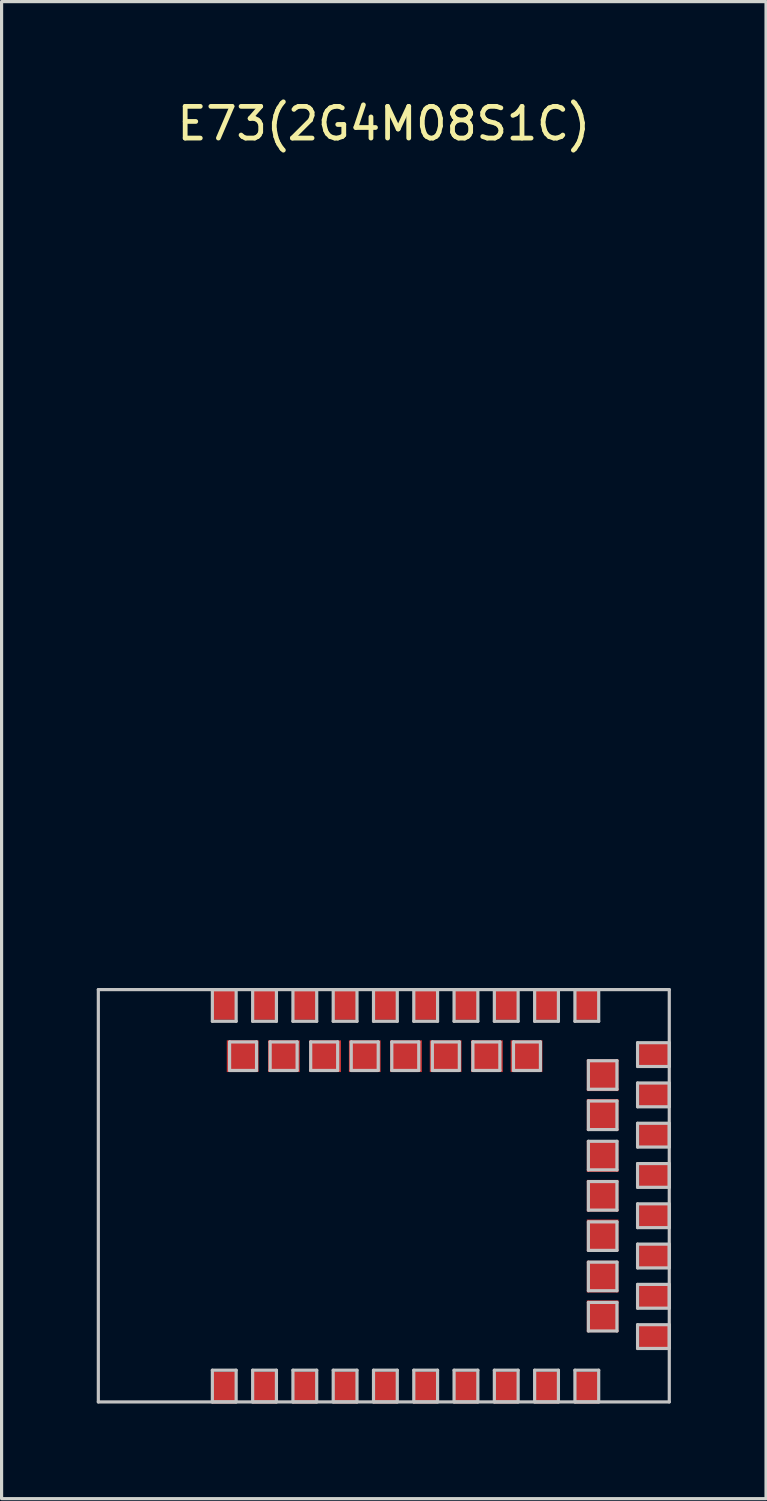
<source format=kicad_pcb>
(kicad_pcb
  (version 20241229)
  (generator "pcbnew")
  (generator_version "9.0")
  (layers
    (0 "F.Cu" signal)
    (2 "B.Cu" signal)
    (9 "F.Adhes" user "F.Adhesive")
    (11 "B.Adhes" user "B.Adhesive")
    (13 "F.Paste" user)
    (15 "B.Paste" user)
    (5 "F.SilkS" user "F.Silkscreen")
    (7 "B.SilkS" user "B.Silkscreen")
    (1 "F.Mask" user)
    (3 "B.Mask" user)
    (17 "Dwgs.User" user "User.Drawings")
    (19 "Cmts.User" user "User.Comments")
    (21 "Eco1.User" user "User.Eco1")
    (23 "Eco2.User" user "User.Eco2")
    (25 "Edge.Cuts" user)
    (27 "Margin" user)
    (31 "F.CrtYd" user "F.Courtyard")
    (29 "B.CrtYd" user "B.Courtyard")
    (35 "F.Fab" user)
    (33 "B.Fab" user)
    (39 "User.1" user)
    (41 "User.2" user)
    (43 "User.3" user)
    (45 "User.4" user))
  (footprint "E73(2G4M08S1C)"
    (layer "F.Cu")
    (at 9.75 34.648)
    (property "Reference" "E73(2G4M08S1C)" (at -0.7 -33.8 0) (layer "F.SilkS") (effects (font (size 1 1) (thickness 0.15))))
    (attr through_hole)
    (fp_line (start -9.7 -6.5) (end 8.3 -6.5) (stroke (width 0.1) (type solid)) (layer "Dwgs.User"))
    (fp_line (start -9.7 6.5) (end -9.7 -6.5) (stroke (width 0.1) (type solid)) (layer "Dwgs.User"))
    (fp_line (start -6.105 -6.5) (end -5.355 -6.5) (stroke (width 0.1) (type solid)) (layer "Dwgs.User"))
    (fp_line (start -6.105 -5.5) (end -6.105 -6.5) (stroke (width 0.1) (type solid)) (layer "Dwgs.User"))
    (fp_line (start -6.105 5.5) (end -5.355 5.5) (stroke (width 0.1) (type solid)) (layer "Dwgs.User"))
    (fp_line (start -6.105 6.5) (end -6.105 5.5) (stroke (width 0.1) (type solid)) (layer "Dwgs.User"))
    (fp_line (start -5.562 -4.85) (end -5.562 -3.95) (stroke (width 0.1) (type solid)) (layer "Dwgs.User"))
    (fp_line (start -5.562 -3.95) (end -4.712 -3.95) (stroke (width 0.1) (type solid)) (layer "Dwgs.User"))
    (fp_line (start -5.355 -6.5) (end -5.355 -5.5) (stroke (width 0.1) (type solid)) (layer "Dwgs.User"))
    (fp_line (start -5.355 -5.5) (end -6.105 -5.5) (stroke (width 0.1) (type solid)) (layer "Dwgs.User"))
    (fp_line (start -5.355 5.5) (end -5.355 6.5) (stroke (width 0.1) (type solid)) (layer "Dwgs.User"))
    (fp_line (start -5.355 6.5) (end -6.105 6.5) (stroke (width 0.1) (type solid)) (layer "Dwgs.User"))
    (fp_line (start -4.835 -6.5) (end -4.085 -6.5) (stroke (width 0.1) (type solid)) (layer "Dwgs.User"))
    (fp_line (start -4.835 -5.5) (end -4.835 -6.5) (stroke (width 0.1) (type solid)) (layer "Dwgs.User"))
    (fp_line (start -4.835 5.5) (end -4.835 6.5) (stroke (width 0.1) (type solid)) (layer "Dwgs.User"))
    (fp_line (start -4.835 6.5) (end -4.085 6.5) (stroke (width 0.1) (type solid)) (layer "Dwgs.User"))
    (fp_line (start -4.712 -4.85) (end -5.562 -4.85) (stroke (width 0.1) (type solid)) (layer "Dwgs.User"))
    (fp_line (start -4.712 -3.95) (end -4.712 -4.85) (stroke (width 0.1) (type solid)) (layer "Dwgs.User"))
    (fp_line (start -4.283 -4.85) (end -3.433 -4.85) (stroke (width 0.1) (type solid)) (layer "Dwgs.User"))
    (fp_line (start -4.283 -3.95) (end -4.283 -4.85) (stroke (width 0.1) (type solid)) (layer "Dwgs.User"))
    (fp_line (start -4.085 -6.5) (end -4.085 -5.5) (stroke (width 0.1) (type solid)) (layer "Dwgs.User"))
    (fp_line (start -4.085 -5.5) (end -4.835 -5.5) (stroke (width 0.1) (type solid)) (layer "Dwgs.User"))
    (fp_line (start -4.085 5.5) (end -4.835 5.5) (stroke (width 0.1) (type solid)) (layer "Dwgs.User"))
    (fp_line (start -4.085 6.5) (end -4.085 5.5) (stroke (width 0.1) (type solid)) (layer "Dwgs.User"))
    (fp_line (start -3.565 -6.5) (end -2.815 -6.5) (stroke (width 0.1) (type solid)) (layer "Dwgs.User"))
    (fp_line (start -3.565 -5.5) (end -3.565 -6.5) (stroke (width 0.1) (type solid)) (layer "Dwgs.User"))
    (fp_line (start -3.565 5.5) (end -3.565 6.5) (stroke (width 0.1) (type solid)) (layer "Dwgs.User"))
    (fp_line (start -3.565 6.5) (end -2.815 6.5) (stroke (width 0.1) (type solid)) (layer "Dwgs.User"))
    (fp_line (start -3.433 -4.85) (end -3.433 -3.95) (stroke (width 0.1) (type solid)) (layer "Dwgs.User"))
    (fp_line (start -3.433 -3.95) (end -4.283 -3.95) (stroke (width 0.1) (type solid)) (layer "Dwgs.User"))
    (fp_line (start -3.005 -4.85) (end -2.155 -4.85) (stroke (width 0.1) (type solid)) (layer "Dwgs.User"))
    (fp_line (start -3.005 -3.95) (end -3.005 -4.85) (stroke (width 0.1) (type solid)) (layer "Dwgs.User"))
    (fp_line (start -2.815 -6.5) (end -2.815 -5.5) (stroke (width 0.1) (type solid)) (layer "Dwgs.User"))
    (fp_line (start -2.815 -5.5) (end -3.565 -5.5) (stroke (width 0.1) (type solid)) (layer "Dwgs.User"))
    (fp_line (start -2.815 5.5) (end -3.565 5.5) (stroke (width 0.1) (type solid)) (layer "Dwgs.User"))
    (fp_line (start -2.815 6.5) (end -2.815 5.5) (stroke (width 0.1) (type solid)) (layer "Dwgs.User"))
    (fp_line (start -2.295 -6.5) (end -1.545 -6.5) (stroke (width 0.1) (type solid)) (layer "Dwgs.User"))
    (fp_line (start -2.295 -5.5) (end -2.295 -6.5) (stroke (width 0.1) (type solid)) (layer "Dwgs.User"))
    (fp_line (start -2.295 5.5) (end -2.295 6.5) (stroke (width 0.1) (type solid)) (layer "Dwgs.User"))
    (fp_line (start -2.295 6.5) (end -1.545 6.5) (stroke (width 0.1) (type solid)) (layer "Dwgs.User"))
    (fp_line (start -2.155 -4.85) (end -2.155 -3.95) (stroke (width 0.1) (type solid)) (layer "Dwgs.User"))
    (fp_line (start -2.155 -3.95) (end -3.005 -3.95) (stroke (width 0.1) (type solid)) (layer "Dwgs.User"))
    (fp_line (start -1.726 -4.85) (end -0.876 -4.85) (stroke (width 0.1) (type solid)) (layer "Dwgs.User"))
    (fp_line (start -1.726 -3.95) (end -1.726 -4.85) (stroke (width 0.1) (type solid)) (layer "Dwgs.User"))
    (fp_line (start -1.545 -6.5) (end -1.545 -5.5) (stroke (width 0.1) (type solid)) (layer "Dwgs.User"))
    (fp_line (start -1.545 -5.5) (end -2.295 -5.5) (stroke (width 0.1) (type solid)) (layer "Dwgs.User"))
    (fp_line (start -1.545 5.5) (end -2.295 5.5) (stroke (width 0.1) (type solid)) (layer "Dwgs.User"))
    (fp_line (start -1.545 6.5) (end -1.545 5.5) (stroke (width 0.1) (type solid)) (layer "Dwgs.User"))
    (fp_line (start -1.025 -6.5) (end -0.275 -6.5) (stroke (width 0.1) (type solid)) (layer "Dwgs.User"))
    (fp_line (start -1.025 -5.5) (end -1.025 -6.5) (stroke (width 0.1) (type solid)) (layer "Dwgs.User"))
    (fp_line (start -1.025 5.5) (end -1.025 6.5) (stroke (width 0.1) (type solid)) (layer "Dwgs.User"))
    (fp_line (start -1.025 6.5) (end -0.275 6.5) (stroke (width 0.1) (type solid)) (layer "Dwgs.User"))
    (fp_line (start -0.876 -4.85) (end -0.876 -3.95) (stroke (width 0.1) (type solid)) (layer "Dwgs.User"))
    (fp_line (start -0.876 -3.95) (end -1.726 -3.95) (stroke (width 0.1) (type solid)) (layer "Dwgs.User"))
    (fp_line (start -0.448 -4.85) (end 0.402 -4.85) (stroke (width 0.1) (type solid)) (layer "Dwgs.User"))
    (fp_line (start -0.448 -3.95) (end -0.448 -4.85) (stroke (width 0.1) (type solid)) (layer "Dwgs.User"))
    (fp_line (start -0.275 -6.5) (end -0.275 -5.5) (stroke (width 0.1) (type solid)) (layer "Dwgs.User"))
    (fp_line (start -0.275 -5.5) (end -1.025 -5.5) (stroke (width 0.1) (type solid)) (layer "Dwgs.User"))
    (fp_line (start -0.275 5.5) (end -1.025 5.5) (stroke (width 0.1) (type solid)) (layer "Dwgs.User"))
    (fp_line (start -0.275 6.5) (end -0.275 5.5) (stroke (width 0.1) (type solid)) (layer "Dwgs.User"))
    (fp_line (start 0.245 -6.5) (end 0.995 -6.5) (stroke (width 0.1) (type solid)) (layer "Dwgs.User"))
    (fp_line (start 0.245 -5.5) (end 0.245 -6.5) (stroke (width 0.1) (type solid)) (layer "Dwgs.User"))
    (fp_line (start 0.245 5.5) (end 0.245 6.5) (stroke (width 0.1) (type solid)) (layer "Dwgs.User"))
    (fp_line (start 0.245 6.5) (end 0.995 6.5) (stroke (width 0.1) (type solid)) (layer "Dwgs.User"))
    (fp_line (start 0.402 -4.85) (end 0.402 -3.95) (stroke (width 0.1) (type solid)) (layer "Dwgs.User"))
    (fp_line (start 0.402 -3.95) (end -0.448 -3.95) (stroke (width 0.1) (type solid)) (layer "Dwgs.User"))
    (fp_line (start 0.831 -4.85) (end 1.681 -4.85) (stroke (width 0.1) (type solid)) (layer "Dwgs.User"))
    (fp_line (start 0.831 -3.95) (end 0.831 -4.85) (stroke (width 0.1) (type solid)) (layer "Dwgs.User"))
    (fp_line (start 0.995 -6.5) (end 0.995 -5.5) (stroke (width 0.1) (type solid)) (layer "Dwgs.User"))
    (fp_line (start 0.995 -5.5) (end 0.245 -5.5) (stroke (width 0.1) (type solid)) (layer "Dwgs.User"))
    (fp_line (start 0.995 5.5) (end 0.245 5.5) (stroke (width 0.1) (type solid)) (layer "Dwgs.User"))
    (fp_line (start 0.995 6.5) (end 0.995 5.5) (stroke (width 0.1) (type solid)) (layer "Dwgs.User"))
    (fp_line (start 1.515 -6.5) (end 2.265 -6.5) (stroke (width 0.1) (type solid)) (layer "Dwgs.User"))
    (fp_line (start 1.515 -5.5) (end 1.515 -6.5) (stroke (width 0.1) (type solid)) (layer "Dwgs.User"))
    (fp_line (start 1.515 5.5) (end 1.515 6.5) (stroke (width 0.1) (type solid)) (layer "Dwgs.User"))
    (fp_line (start 1.515 6.5) (end 2.265 6.5) (stroke (width 0.1) (type solid)) (layer "Dwgs.User"))
    (fp_line (start 1.681 -4.85) (end 1.681 -3.95) (stroke (width 0.1) (type solid)) (layer "Dwgs.User"))
    (fp_line (start 1.681 -3.95) (end 0.831 -3.95) (stroke (width 0.1) (type solid)) (layer "Dwgs.User"))
    (fp_line (start 2.109 -4.85) (end 2.959 -4.85) (stroke (width 0.1) (type solid)) (layer "Dwgs.User"))
    (fp_line (start 2.109 -3.95) (end 2.109 -4.85) (stroke (width 0.1) (type solid)) (layer "Dwgs.User"))
    (fp_line (start 2.265 -6.5) (end 2.265 -5.5) (stroke (width 0.1) (type solid)) (layer "Dwgs.User"))
    (fp_line (start 2.265 -5.5) (end 1.515 -5.5) (stroke (width 0.1) (type solid)) (layer "Dwgs.User"))
    (fp_line (start 2.265 5.5) (end 1.515 5.5) (stroke (width 0.1) (type solid)) (layer "Dwgs.User"))
    (fp_line (start 2.265 6.5) (end 2.265 5.5) (stroke (width 0.1) (type solid)) (layer "Dwgs.User"))
    (fp_line (start 2.785 -6.5) (end 3.535 -6.5) (stroke (width 0.1) (type solid)) (layer "Dwgs.User"))
    (fp_line (start 2.785 -5.5) (end 2.785 -6.5) (stroke (width 0.1) (type solid)) (layer "Dwgs.User"))
    (fp_line (start 2.785 5.5) (end 2.785 6.5) (stroke (width 0.1) (type solid)) (layer "Dwgs.User"))
    (fp_line (start 2.785 6.5) (end 3.535 6.5) (stroke (width 0.1) (type solid)) (layer "Dwgs.User"))
    (fp_line (start 2.959 -4.85) (end 2.959 -3.95) (stroke (width 0.1) (type solid)) (layer "Dwgs.User"))
    (fp_line (start 2.959 -3.95) (end 2.109 -3.95) (stroke (width 0.1) (type solid)) (layer "Dwgs.User"))
    (fp_line (start 3.388 -4.85) (end 4.238 -4.85) (stroke (width 0.1) (type solid)) (layer "Dwgs.User"))
    (fp_line (start 3.388 -3.95) (end 3.388 -4.85) (stroke (width 0.1) (type solid)) (layer "Dwgs.User"))
    (fp_line (start 3.535 -6.5) (end 3.535 -5.5) (stroke (width 0.1) (type solid)) (layer "Dwgs.User"))
    (fp_line (start 3.535 -5.5) (end 2.785 -5.5) (stroke (width 0.1) (type solid)) (layer "Dwgs.User"))
    (fp_line (start 3.535 5.5) (end 2.785 5.5) (stroke (width 0.1) (type solid)) (layer "Dwgs.User"))
    (fp_line (start 3.535 6.5) (end 3.535 5.5) (stroke (width 0.1) (type solid)) (layer "Dwgs.User"))
    (fp_line (start 4.055 -6.5) (end 4.805 -6.5) (stroke (width 0.1) (type solid)) (layer "Dwgs.User"))
    (fp_line (start 4.055 -5.5) (end 4.055 -6.5) (stroke (width 0.1) (type solid)) (layer "Dwgs.User"))
    (fp_line (start 4.055 5.5) (end 4.055 6.5) (stroke (width 0.1) (type solid)) (layer "Dwgs.User"))
    (fp_line (start 4.055 6.5) (end 4.805 6.5) (stroke (width 0.1) (type solid)) (layer "Dwgs.User"))
    (fp_line (start 4.238 -4.85) (end 4.238 -3.95) (stroke (width 0.1) (type solid)) (layer "Dwgs.User"))
    (fp_line (start 4.238 -3.95) (end 3.388 -3.95) (stroke (width 0.1) (type solid)) (layer "Dwgs.User"))
    (fp_line (start 4.805 -6.5) (end 4.805 -5.5) (stroke (width 0.1) (type solid)) (layer "Dwgs.User"))
    (fp_line (start 4.805 -5.5) (end 4.055 -5.5) (stroke (width 0.1) (type solid)) (layer "Dwgs.User"))
    (fp_line (start 4.805 5.5) (end 4.055 5.5) (stroke (width 0.1) (type solid)) (layer "Dwgs.User"))
    (fp_line (start 4.805 6.5) (end 4.805 5.5) (stroke (width 0.1) (type solid)) (layer "Dwgs.User"))
    (fp_line (start 5.325 -6.5) (end 6.075 -6.5) (stroke (width 0.1) (type solid)) (layer "Dwgs.User"))
    (fp_line (start 5.325 -5.5) (end 5.325 -6.5) (stroke (width 0.1) (type solid)) (layer "Dwgs.User"))
    (fp_line (start 5.325 5.5) (end 5.325 6.5) (stroke (width 0.1) (type solid)) (layer "Dwgs.User"))
    (fp_line (start 5.325 6.5) (end 6.075 6.5) (stroke (width 0.1) (type solid)) (layer "Dwgs.User"))
    (fp_line (start 5.75 -4.257) (end 5.75 -3.357) (stroke (width 0.1) (type solid)) (layer "Dwgs.User"))
    (fp_line (start 5.75 -3.357) (end 6.65 -3.357) (stroke (width 0.1) (type solid)) (layer "Dwgs.User"))
    (fp_line (start 5.75 -2.987) (end 5.75 -2.087) (stroke (width 0.1) (type solid)) (layer "Dwgs.User"))
    (fp_line (start 5.75 -2.087) (end 6.65 -2.087) (stroke (width 0.1) (type solid)) (layer "Dwgs.User"))
    (fp_line (start 5.75 -1.717) (end 5.75 -0.817) (stroke (width 0.1) (type solid)) (layer "Dwgs.User"))
    (fp_line (start 5.75 -0.817) (end 6.65 -0.817) (stroke (width 0.1) (type solid)) (layer "Dwgs.User"))
    (fp_line (start 5.75 -0.447) (end 5.75 0.453) (stroke (width 0.1) (type solid)) (layer "Dwgs.User"))
    (fp_line (start 5.75 0.453) (end 6.65 0.453) (stroke (width 0.1) (type solid)) (layer "Dwgs.User"))
    (fp_line (start 5.75 0.823) (end 5.75 1.723) (stroke (width 0.1) (type solid)) (layer "Dwgs.User"))
    (fp_line (start 5.75 1.723) (end 6.65 1.723) (stroke (width 0.1) (type solid)) (layer "Dwgs.User"))
    (fp_line (start 5.75 2.093) (end 5.75 2.993) (stroke (width 0.1) (type solid)) (layer "Dwgs.User"))
    (fp_line (start 5.75 2.993) (end 6.65 2.993) (stroke (width 0.1) (type solid)) (layer "Dwgs.User"))
    (fp_line (start 5.75 3.363) (end 6.65 3.363) (stroke (width 0.1) (type solid)) (layer "Dwgs.User"))
    (fp_line (start 5.75 4.263) (end 5.75 3.363) (stroke (width 0.1) (type solid)) (layer "Dwgs.User"))
    (fp_line (start 6.075 -6.5) (end 6.075 -5.5) (stroke (width 0.1) (type solid)) (layer "Dwgs.User"))
    (fp_line (start 6.075 -5.5) (end 5.325 -5.5) (stroke (width 0.1) (type solid)) (layer "Dwgs.User"))
    (fp_line (start 6.075 5.5) (end 5.325 5.5) (stroke (width 0.1) (type solid)) (layer "Dwgs.User"))
    (fp_line (start 6.075 6.5) (end 6.075 5.5) (stroke (width 0.1) (type solid)) (layer "Dwgs.User"))
    (fp_line (start 6.65 -4.257) (end 5.75 -4.257) (stroke (width 0.1) (type solid)) (layer "Dwgs.User"))
    (fp_line (start 6.65 -3.357) (end 6.65 -4.257) (stroke (width 0.1) (type solid)) (layer "Dwgs.User"))
    (fp_line (start 6.65 -2.987) (end 5.75 -2.987) (stroke (width 0.1) (type solid)) (layer "Dwgs.User"))
    (fp_line (start 6.65 -2.087) (end 6.65 -2.987) (stroke (width 0.1) (type solid)) (layer "Dwgs.User"))
    (fp_line (start 6.65 -1.717) (end 5.75 -1.717) (stroke (width 0.1) (type solid)) (layer "Dwgs.User"))
    (fp_line (start 6.65 -0.817) (end 6.65 -1.717) (stroke (width 0.1) (type solid)) (layer "Dwgs.User"))
    (fp_line (start 6.65 -0.447) (end 5.75 -0.447) (stroke (width 0.1) (type solid)) (layer "Dwgs.User"))
    (fp_line (start 6.65 0.453) (end 6.65 -0.447) (stroke (width 0.1) (type solid)) (layer "Dwgs.User"))
    (fp_line (start 6.65 0.823) (end 5.75 0.823) (stroke (width 0.1) (type solid)) (layer "Dwgs.User"))
    (fp_line (start 6.65 1.723) (end 6.65 0.823) (stroke (width 0.1) (type solid)) (layer "Dwgs.User"))
    (fp_line (start 6.65 2.093) (end 5.75 2.093) (stroke (width 0.1) (type solid)) (layer "Dwgs.User"))
    (fp_line (start 6.65 2.993) (end 6.65 2.093) (stroke (width 0.1) (type solid)) (layer "Dwgs.User"))
    (fp_line (start 6.65 3.363) (end 6.65 4.263) (stroke (width 0.1) (type solid)) (layer "Dwgs.User"))
    (fp_line (start 6.65 4.263) (end 5.75 4.263) (stroke (width 0.1) (type solid)) (layer "Dwgs.User"))
    (fp_line (start 7.3 -4.825) (end 7.3 -4.075) (stroke (width 0.1) (type solid)) (layer "Dwgs.User"))
    (fp_line (start 7.3 -4.075) (end 8.3 -4.075) (stroke (width 0.1) (type solid)) (layer "Dwgs.User"))
    (fp_line (start 7.3 -3.555) (end 7.3 -2.805) (stroke (width 0.1) (type solid)) (layer "Dwgs.User"))
    (fp_line (start 7.3 -2.805) (end 8.3 -2.805) (stroke (width 0.1) (type solid)) (layer "Dwgs.User"))
    (fp_line (start 7.3 -2.285) (end 7.3 -1.535) (stroke (width 0.1) (type solid)) (layer "Dwgs.User"))
    (fp_line (start 7.3 -1.535) (end 8.3 -1.535) (stroke (width 0.1) (type solid)) (layer "Dwgs.User"))
    (fp_line (start 7.3 -1.015) (end 7.3 -0.265) (stroke (width 0.1) (type solid)) (layer "Dwgs.User"))
    (fp_line (start 7.3 -0.265) (end 8.3 -0.265) (stroke (width 0.1) (type solid)) (layer "Dwgs.User"))
    (fp_line (start 7.3 0.255) (end 7.3 1.005) (stroke (width 0.1) (type solid)) (layer "Dwgs.User"))
    (fp_line (start 7.3 1.005) (end 8.3 1.005) (stroke (width 0.1) (type solid)) (layer "Dwgs.User"))
    (fp_line (start 7.3 1.525) (end 7.3 2.275) (stroke (width 0.1) (type solid)) (layer "Dwgs.User"))
    (fp_line (start 7.3 2.275) (end 8.3 2.275) (stroke (width 0.1) (type solid)) (layer "Dwgs.User"))
    (fp_line (start 7.3 2.795) (end 7.3 3.545) (stroke (width 0.1) (type solid)) (layer "Dwgs.User"))
    (fp_line (start 7.3 3.545) (end 8.3 3.545) (stroke (width 0.1) (type solid)) (layer "Dwgs.User"))
    (fp_line (start 7.3 4.065) (end 8.3 4.065) (stroke (width 0.1) (type solid)) (layer "Dwgs.User"))
    (fp_line (start 7.3 4.815) (end 7.3 4.065) (stroke (width 0.1) (type solid)) (layer "Dwgs.User"))
    (fp_line (start 8.3 -6.5) (end 8.3 6.5) (stroke (width 0.1) (type solid)) (layer "Dwgs.User"))
    (fp_line (start 8.3 -4.825) (end 7.3 -4.825) (stroke (width 0.1) (type solid)) (layer "Dwgs.User"))
    (fp_line (start 8.3 -4.075) (end 8.3 -4.825) (stroke (width 0.1) (type solid)) (layer "Dwgs.User"))
    (fp_line (start 8.3 -3.555) (end 7.3 -3.555) (stroke (width 0.1) (type solid)) (layer "Dwgs.User"))
    (fp_line (start 8.3 -2.805) (end 8.3 -3.555) (stroke (width 0.1) (type solid)) (layer "Dwgs.User"))
    (fp_line (start 8.3 -2.285) (end 7.3 -2.285) (stroke (width 0.1) (type solid)) (layer "Dwgs.User"))
    (fp_line (start 8.3 -1.535) (end 8.3 -2.285) (stroke (width 0.1) (type solid)) (layer "Dwgs.User"))
    (fp_line (start 8.3 -1.015) (end 7.3 -1.015) (stroke (width 0.1) (type solid)) (layer "Dwgs.User"))
    (fp_line (start 8.3 -0.265) (end 8.3 -1.015) (stroke (width 0.1) (type solid)) (layer "Dwgs.User"))
    (fp_line (start 8.3 0.255) (end 7.3 0.255) (stroke (width 0.1) (type solid)) (layer "Dwgs.User"))
    (fp_line (start 8.3 1.005) (end 8.3 0.255) (stroke (width 0.1) (type solid)) (layer "Dwgs.User"))
    (fp_line (start 8.3 1.525) (end 7.3 1.525) (stroke (width 0.1) (type solid)) (layer "Dwgs.User"))
    (fp_line (start 8.3 2.275) (end 8.3 1.525) (stroke (width 0.1) (type solid)) (layer "Dwgs.User"))
    (fp_line (start 8.3 2.795) (end 7.3 2.795) (stroke (width 0.1) (type solid)) (layer "Dwgs.User"))
    (fp_line (start 8.3 3.545) (end 8.3 2.795) (stroke (width 0.1) (type solid)) (layer "Dwgs.User"))
    (fp_line (start 8.3 4.065) (end 8.3 4.815) (stroke (width 0.1) (type solid)) (layer "Dwgs.User"))
    (fp_line (start 8.3 4.815) (end 7.3 4.815) (stroke (width 0.1) (type solid)) (layer "Dwgs.User"))
    (fp_line (start 8.3 6.5) (end -9.7 6.5) (stroke (width 0.1) (type solid)) (layer "Dwgs.User"))
    (pad "1" smd rect (at -5.75 6.05) (size 0.75 1) (layers "F.Cu" "F.Mask" "F.Paste"))
    (pad "2" smd rect (at -4.45 6.05) (size 0.75 1) (layers "F.Cu" "F.Mask" "F.Paste"))
    (pad "3" smd rect (at -3.2 6.05) (size 0.75 1) (layers "F.Cu" "F.Mask" "F.Paste"))
    (pad "4" smd rect (at -1.9 6.05) (size 0.75 1) (layers "F.Cu" "F.Mask" "F.Paste"))
    (pad "5" smd rect (at -0.65 6.05) (size 0.75 1) (layers "F.Cu" "F.Mask" "F.Paste"))
    (pad "6" smd rect (at 0.6 6.05) (size 0.75 1) (layers "F.Cu" "F.Mask" "F.Paste"))
    (pad "7" smd rect (at 1.9 6.05) (size 0.75 1) (layers "F.Cu" "F.Mask" "F.Paste"))
    (pad "8" smd rect (at 3.15 6.05) (size 0.75 1) (layers "F.Cu" "F.Mask" "F.Paste"))
    (pad "9" smd rect (at 4.45 6.05) (size 0.75 1) (layers "F.Cu" "F.Mask" "F.Paste"))
    (pad "10" smd rect (at 5.7 6.05) (size 0.75 1) (layers "F.Cu" "F.Mask" "F.Paste"))
    (pad "11" smd rect (at 7.85 4.45) (size 1 0.75) (layers "F.Cu" "F.Mask" "F.Paste"))
    (pad "12" smd rect (at 6.2 3.8) (size 1 1) (layers "F.Cu" "F.Mask" "F.Paste"))
    (pad "13" smd rect (at 7.85 3.15) (size 1 0.75) (layers "F.Cu" "F.Mask" "F.Paste"))
    (pad "14" smd rect (at 6.2 2.55) (size 1 1) (layers "F.Cu" "F.Mask" "F.Paste"))
    (pad "15" smd rect (at 7.85 1.9) (size 1 0.75) (layers "F.Cu" "F.Mask" "F.Paste"))
    (pad "16" smd rect (at 6.2 1.25) (size 1 1) (layers "F.Cu" "F.Mask" "F.Paste"))
    (pad "17" smd rect (at 7.85 0.65) (size 1 0.75) (layers "F.Cu" "F.Mask" "F.Paste"))
    (pad "18" smd rect (at 6.2 0) (size 1 1) (layers "F.Cu" "F.Mask" "F.Paste"))
    (pad "19" smd rect (at 7.85 -0.65) (size 1 0.75) (layers "F.Cu" "F.Mask" "F.Paste"))
    (pad "20" smd rect (at 6.2 -1.25) (size 1 1) (layers "F.Cu" "F.Mask" "F.Paste"))
    (pad "21" smd rect (at 7.85 -1.9) (size 1 0.75) (layers "F.Cu" "F.Mask" "F.Paste"))
    (pad "22" smd rect (at 6.2 -2.55) (size 1 1) (layers "F.Cu" "F.Mask" "F.Paste"))
    (pad "23" smd rect (at 7.85 -3.15) (size 1 0.75) (layers "F.Cu" "F.Mask" "F.Paste"))
    (pad "24" smd rect (at 6.2 -3.8) (size 1 1) (layers "F.Cu" "F.Mask" "F.Paste"))
    (pad "25" smd rect (at 7.85 -4.45) (size 1 0.75) (layers "F.Cu" "F.Mask" "F.Paste"))
    (pad "26" smd rect (at 5.7 -6.05) (size 0.75 1) (layers "F.Cu" "F.Mask" "F.Paste"))
    (pad "27" smd rect (at 4.45 -6.05) (size 0.75 1) (layers "F.Cu" "F.Mask" "F.Paste"))
    (pad "28" smd rect (at 3.8 -4.4) (size 1 1) (layers "F.Cu" "F.Mask" "F.Paste"))
    (pad "29" smd rect (at 3.15 -6.05) (size 0.75 1) (layers "F.Cu" "F.Mask" "F.Paste"))
    (pad "30" smd rect (at 2.55 -4.4) (size 1 1) (layers "F.Cu" "F.Mask" "F.Paste"))
    (pad "31" smd rect (at 1.9 -6.05) (size 0.75 1) (layers "F.Cu" "F.Mask" "F.Paste"))
    (pad "32" smd rect (at 1.25 -4.4) (size 1 1) (layers "F.Cu" "F.Mask" "F.Paste"))
    (pad "33" smd rect (at 0.6 -6.05) (size 0.75 1) (layers "F.Cu" "F.Mask" "F.Paste"))
    (pad "34" smd rect (at 0 -4.4) (size 1 1) (layers "F.Cu" "F.Mask" "F.Paste"))
    (pad "35" smd rect (at -0.65 -6.05) (size 0.75 1) (layers "F.Cu" "F.Mask" "F.Paste"))
    (pad "36" smd rect (at -1.3 -4.4) (size 1 1) (layers "F.Cu" "F.Mask" "F.Paste"))
    (pad "37" smd rect (at -1.9 -6.05) (size 0.75 1) (layers "F.Cu" "F.Mask" "F.Paste"))
    (pad "38" smd rect (at -2.55 -4.4) (size 1 1) (layers "F.Cu" "F.Mask" "F.Paste"))
    (pad "39" smd rect (at -3.2 -6.05) (size 0.75 1) (layers "F.Cu" "F.Mask" "F.Paste"))
    (pad "40" smd rect (at -3.85 -4.4) (size 1 1) (layers "F.Cu" "F.Mask" "F.Paste"))
    (pad "41" smd rect (at -4.45 -6.05) (size 0.75 1) (layers "F.Cu" "F.Mask" "F.Paste"))
    (pad "42" smd rect (at -5.15 -4.4) (size 1 1) (layers "F.Cu" "F.Mask" "F.Paste"))
    (pad "43" smd rect (at -5.75 -6.05) (size 0.75 1) (layers "F.Cu" "F.Mask" "F.Paste")))
  (gr_rect
    (start -3 -3)
    (end 21.1 44.198)
    (stroke (width 0.1) (type default))
    (fill no)
    (layer "Edge.Cuts")))
</source>
